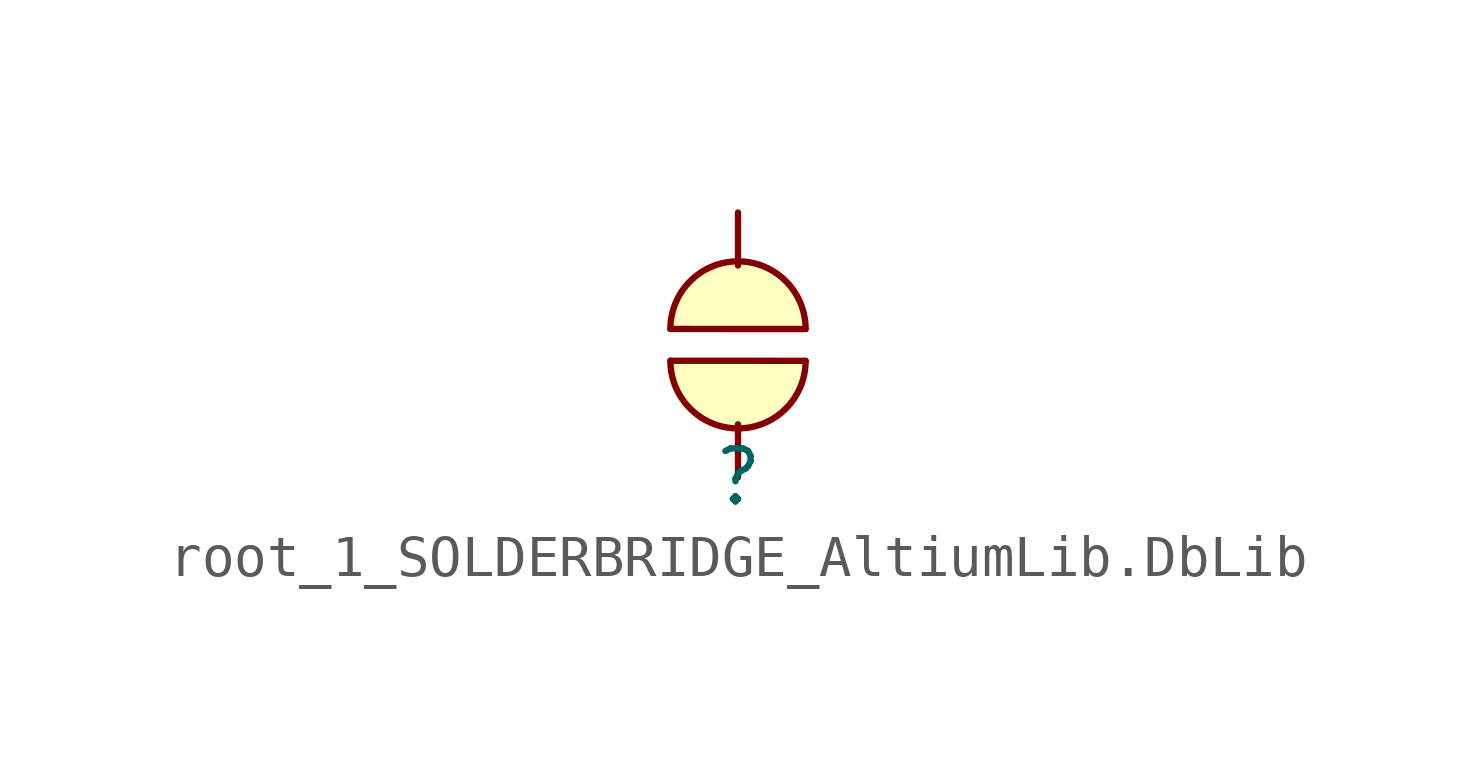
<source format=kicad_sym>
(kicad_symbol_lib
  (version 20241209)
  (generator "kicad_symbol_editor")
  (generator_version "9.0")
  (symbol "root_1_SOLDERBRIDGE_AltiumLib.DbLib"
    (pin_numbers
      (hide yes))
    (pin_names
      (hide yes))
    (property "Reference" ""
      (at 0 0 0)
      (effects (font (size 1.27 1.27))))
    (property "Value" ""
      (at 0 0 0)
      (effects (font (size 1.27 1.27))))
    (symbol "root_1_SOLDERBRIDGE_AltiumLib.DbLib_1_0"
      (polyline (pts (xy -1.622 3.558) (xy 0 3.556) (xy 1.622 3.556)) (stroke (width 0) (type solid)) (fill (type none)))
      (arc (start -1.622 3.5583) (mid 0.0012 5.178) (end 1.622 3.556) (stroke (width 0) (type solid)) (fill (type background)))
      (arc (start 1.622 2.7917) (mid -0.0012 1.172) (end -1.622 2.794) (stroke (width 0) (type solid)) (fill (type background)))
      (polyline (pts (xy 1.622 2.792) (xy 0 2.794) (xy -1.622 2.794)) (stroke (width 0) (type solid)) (fill (type none)))
      (pin passive line (at 0 6.35 270) (length 1.27) (name "0" (effects (font (size 1.27 1.27)))) (number "1" (effects (font (size 1.27 1.27)))))
      (pin passive line (at 0 0 90) (length 1.27) (name "1" (effects (font (size 1.27 1.27)))) (number "2" (effects (font (size 1.27 1.27))))))))
</source>
